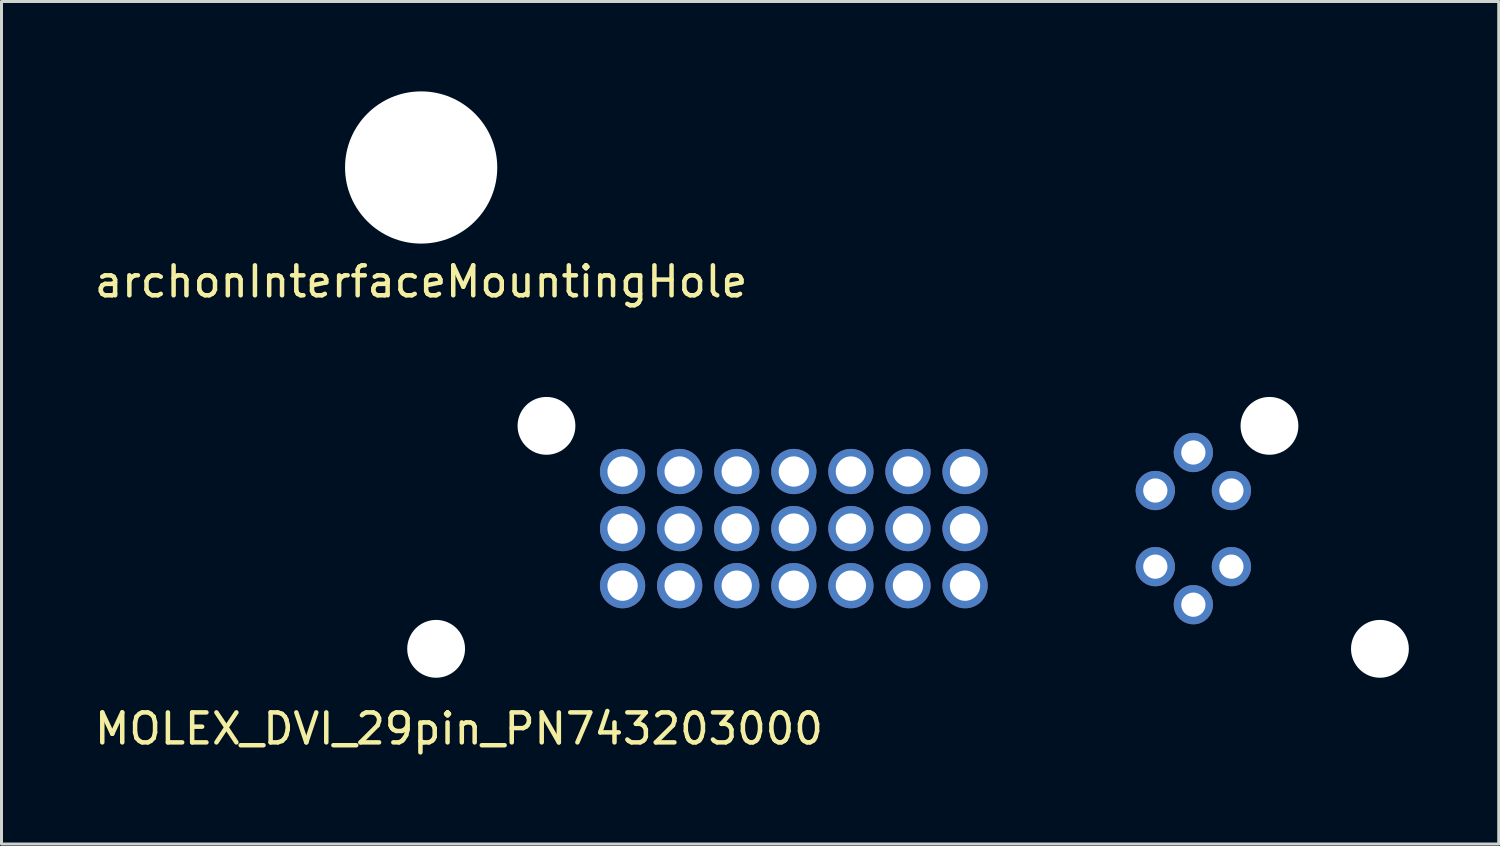
<source format=kicad_pcb>
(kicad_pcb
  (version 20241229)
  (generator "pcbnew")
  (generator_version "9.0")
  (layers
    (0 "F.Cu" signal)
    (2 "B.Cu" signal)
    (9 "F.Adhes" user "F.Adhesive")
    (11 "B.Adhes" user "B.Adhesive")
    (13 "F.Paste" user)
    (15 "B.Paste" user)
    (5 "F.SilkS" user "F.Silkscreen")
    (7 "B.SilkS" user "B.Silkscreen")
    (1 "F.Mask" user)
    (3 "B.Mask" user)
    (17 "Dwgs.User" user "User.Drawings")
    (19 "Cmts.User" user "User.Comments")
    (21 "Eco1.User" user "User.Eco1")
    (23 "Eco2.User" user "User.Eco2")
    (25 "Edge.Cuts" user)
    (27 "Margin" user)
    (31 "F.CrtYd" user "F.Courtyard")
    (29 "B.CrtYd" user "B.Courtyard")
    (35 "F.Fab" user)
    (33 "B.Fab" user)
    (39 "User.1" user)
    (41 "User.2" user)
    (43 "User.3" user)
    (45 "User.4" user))
  (footprint "archonInterfaceMountingHole"
    (layer "F.Cu")
    (at 11.006 2.54)
    (property "Reference" "archonInterfaceMountingHole" (at 0 3.81 0) (layer "F.SilkS") (effects (font (size 1 1) (thickness 0.15))))
    (attr through_hole)
    (pad "" np_thru_hole circle (at 0 0) (size 5.08 5.08) (drill 5.08) (layers "*.Cu" "*.Mask")))
  (footprint "MOLEX_DVI_29pin_PN743203000"
    (layer "F.Cu")
    (at 15.189 11.163)
    (property "Reference" "MOLEX_DVI_29pin_PN743203000" (at -2.921 10.109 0) (layer "F.SilkS") (effects (font (size 1 1) (thickness 0.15))))
    (attr through_hole)
    (pad "" np_thru_hole circle (at -3.683 7.442) (size 1.93 1.93) (drill 1.93) (layers "*.Cu" "*.Mask"))
    (pad "" np_thru_hole circle (at 0 0) (size 1.93 1.93) (drill 1.93) (layers "*.Cu" "*.Mask"))
    (pad "" np_thru_hole circle (at 24.13 0) (size 1.93 1.93) (drill 1.93) (layers "*.Cu" "*.Mask"))
    (pad "" np_thru_hole circle (at 27.817 7.442) (size 1.93 1.93) (drill 1.93) (layers "*.Cu" "*.Mask"))
    (pad "1" thru_hole circle (at 2.54 1.524) (size 1.51 1.51) (drill 1.01) (layers "*.Cu" "*.Mask"))
    (pad "2" thru_hole circle (at 4.445 1.524) (size 1.51 1.51) (drill 1.01) (layers "*.Cu" "*.Mask"))
    (pad "3" thru_hole circle (at 6.35 1.524) (size 1.51 1.51) (drill 1.01) (layers "*.Cu" "*.Mask"))
    (pad "4" thru_hole circle (at 8.255 1.524) (size 1.51 1.51) (drill 1.01) (layers "*.Cu" "*.Mask"))
    (pad "6" thru_hole circle (at 10.16 1.524) (size 1.51 1.51) (drill 1.01) (layers "*.Cu" "*.Mask"))
    (pad "7" thru_hole circle (at 12.065 1.524) (size 1.51 1.51) (drill 1.01) (layers "*.Cu" "*.Mask"))
    (pad "8" thru_hole circle (at 13.97 1.524) (size 1.51 1.51) (drill 1.01) (layers "*.Cu" "*.Mask"))
    (pad "9" thru_hole circle (at 2.54 3.429) (size 1.51 1.51) (drill 1.01) (layers "*.Cu" "*.Mask"))
    (pad "10" thru_hole circle (at 4.445 3.429) (size 1.51 1.51) (drill 1.01) (layers "*.Cu" "*.Mask"))
    (pad "11" thru_hole circle (at 6.35 3.429) (size 1.51 1.51) (drill 1.01) (layers "*.Cu" "*.Mask"))
    (pad "12" thru_hole circle (at 8.255 3.429) (size 1.51 1.51) (drill 1.01) (layers "*.Cu" "*.Mask"))
    (pad "13" thru_hole circle (at 10.16 3.429) (size 1.51 1.51) (drill 1.01) (layers "*.Cu" "*.Mask"))
    (pad "14" thru_hole circle (at 12.065 3.429) (size 1.51 1.51) (drill 1.01) (layers "*.Cu" "*.Mask"))
    (pad "15" thru_hole circle (at 13.97 3.429) (size 1.51 1.51) (drill 1.01) (layers "*.Cu" "*.Mask"))
    (pad "16" thru_hole circle (at 2.54 5.334) (size 1.51 1.51) (drill 1.01) (layers "*.Cu" "*.Mask"))
    (pad "17" thru_hole circle (at 4.445 5.334) (size 1.51 1.51) (drill 1.01) (layers "*.Cu" "*.Mask"))
    (pad "18" thru_hole circle (at 6.35 5.334) (size 1.51 1.51) (drill 1.01) (layers "*.Cu" "*.Mask"))
    (pad "19" thru_hole circle (at 8.255 5.334) (size 1.51 1.51) (drill 1.01) (layers "*.Cu" "*.Mask"))
    (pad "20" thru_hole circle (at 10.16 5.334) (size 1.51 1.51) (drill 1.01) (layers "*.Cu" "*.Mask"))
    (pad "21" thru_hole circle (at 12.065 5.334) (size 1.51 1.51) (drill 1.01) (layers "*.Cu" "*.Mask"))
    (pad "22" thru_hole circle (at 13.97 5.334) (size 1.51 1.51) (drill 1.01) (layers "*.Cu" "*.Mask"))
    (pad "C1" thru_hole circle (at 20.32 2.159) (size 1.31 1.31) (drill 0.81) (layers "*.Cu" "*.Mask"))
    (pad "C2" thru_hole circle (at 22.86 2.159) (size 1.31 1.31) (drill 0.81) (layers "*.Cu" "*.Mask"))
    (pad "C3" thru_hole circle (at 20.32 4.699) (size 1.31 1.31) (drill 0.81) (layers "*.Cu" "*.Mask"))
    (pad "C4" thru_hole circle (at 22.86 4.699) (size 1.31 1.31) (drill 0.81) (layers "*.Cu" "*.Mask"))
    (pad "C5" thru_hole circle (at 21.59 0.889) (size 1.31 1.31) (drill 0.81) (layers "*.Cu" "*.Mask"))
    (pad "C5" thru_hole circle (at 21.59 5.969) (size 1.31 1.31) (drill 0.81) (layers "*.Cu" "*.Mask")))
  (gr_rect
    (start -3 -3)
    (end 46.971 25.121)
    (stroke (width 0.1) (type default))
    (fill no)
    (layer "Edge.Cuts")))
</source>
